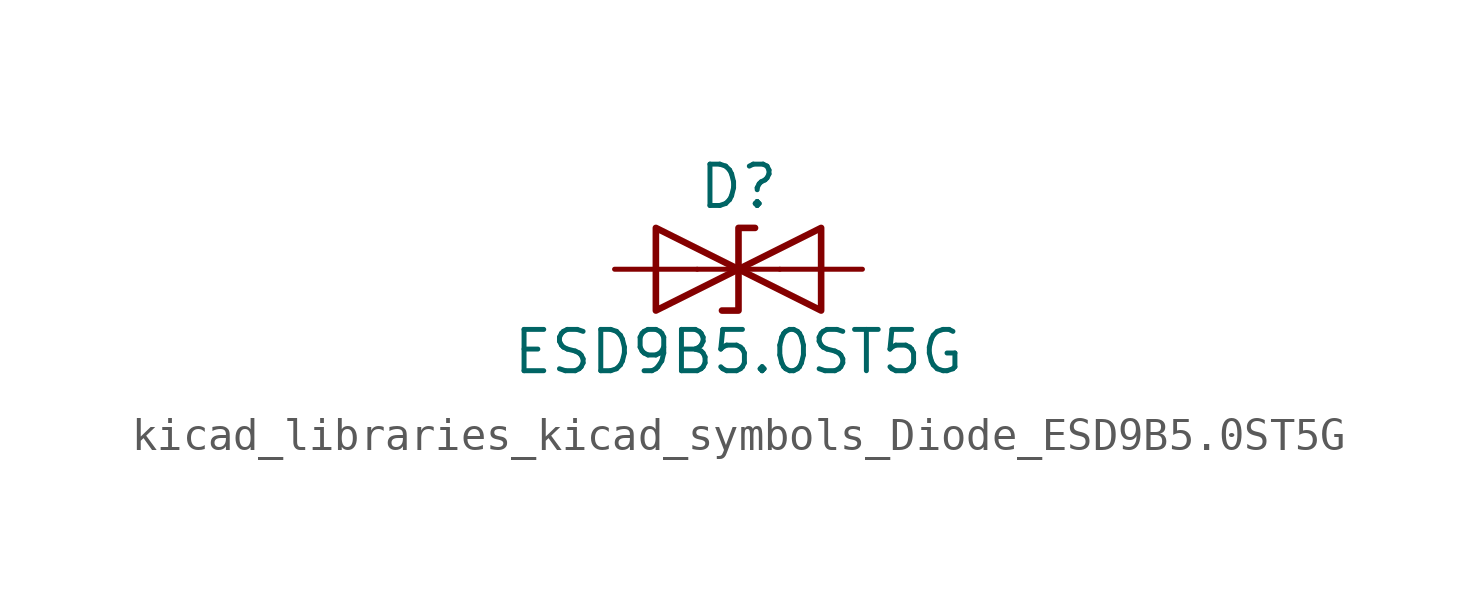
<source format=kicad_sym>
(kicad_symbol_lib
  (version 20220914)
  (generator kicad_symbol_editor)
  (symbol "kicad_libraries_kicad_symbols_Diode_ESD9B5.0ST5G"
    (pin_numbers hide)
    (pin_names
      (offset 1.016) hide)
    (property "Reference" "D"
      (at 0 2.54 0)
      (effects (font (size 1.27 1.27))))
    (property "Value" "ESD9B5.0ST5G"
      (at 0 -2.54 0)
      (effects (font (size 1.27 1.27))))
    (symbol "kicad_libraries_kicad_symbols_Diode_ESD9B5.0ST5G_0_1"
      (polyline (pts (xy 1.27 0) (xy -1.27 0)) (stroke (width 0) (type default)) (fill (type none)))
      (polyline (pts (xy -2.54 -1.27) (xy 0 0) (xy -2.54 1.27) (xy -2.54 -1.27)) (stroke (width 0.203) (type default)) (fill (type none)))
      (polyline (pts (xy 0.508 1.27) (xy 0 1.27) (xy 0 -1.27) (xy -0.508 -1.27)) (stroke (width 0.203) (type default)) (fill (type none)))
      (polyline (pts (xy 2.54 1.27) (xy 2.54 -1.27) (xy 0 0) (xy 2.54 1.27)) (stroke (width 0.203) (type default)) (fill (type none))))
    (symbol "kicad_libraries_kicad_symbols_Diode_ESD9B5.0ST5G_1_1"
      (pin passive line (at -3.81 0 0) (length 2.54) (name "A1" (effects (font (size 1.27 1.27)))) (number "1" (effects (font (size 1.27 1.27)))))
      (pin passive line (at 3.81 0 180) (length 2.54) (name "A2" (effects (font (size 1.27 1.27)))) (number "2" (effects (font (size 1.27 1.27))))))))
</source>
